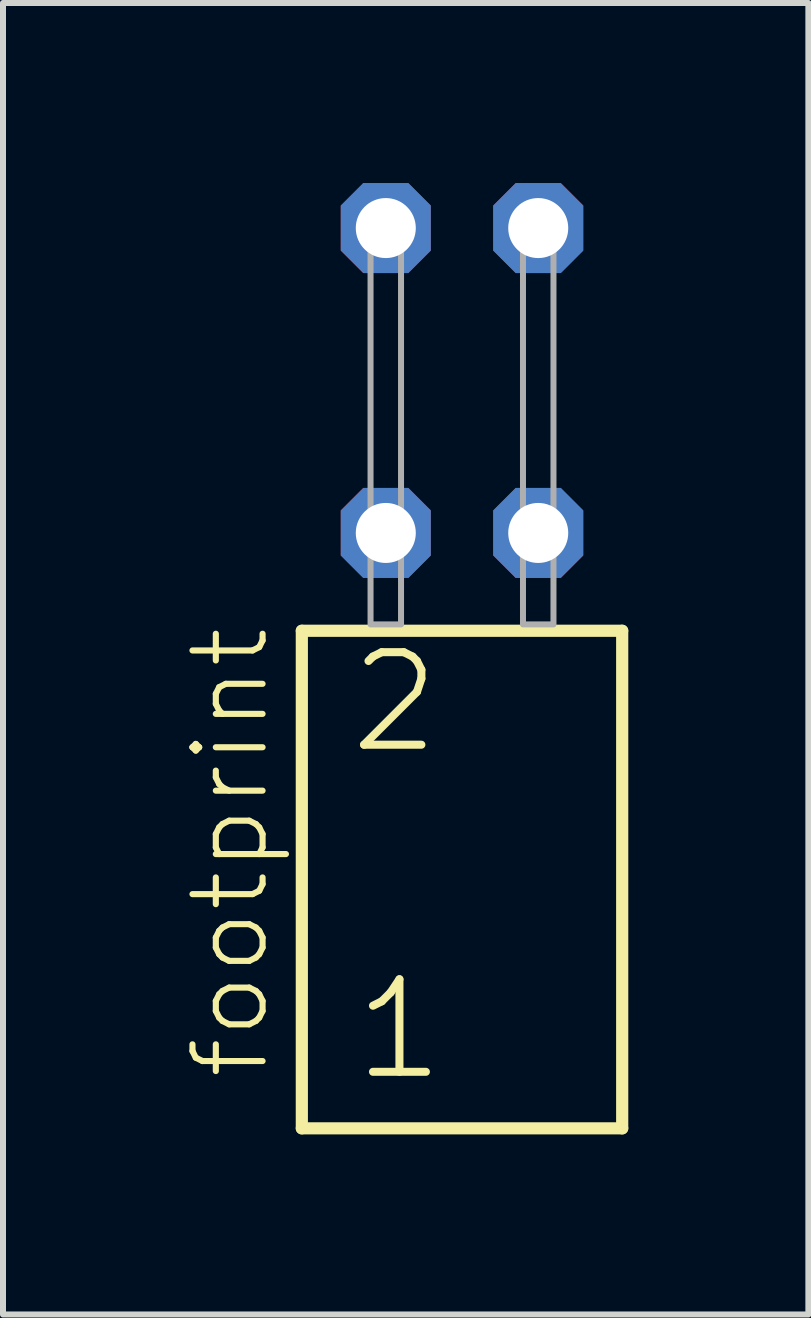
<source format=kicad_pcb>
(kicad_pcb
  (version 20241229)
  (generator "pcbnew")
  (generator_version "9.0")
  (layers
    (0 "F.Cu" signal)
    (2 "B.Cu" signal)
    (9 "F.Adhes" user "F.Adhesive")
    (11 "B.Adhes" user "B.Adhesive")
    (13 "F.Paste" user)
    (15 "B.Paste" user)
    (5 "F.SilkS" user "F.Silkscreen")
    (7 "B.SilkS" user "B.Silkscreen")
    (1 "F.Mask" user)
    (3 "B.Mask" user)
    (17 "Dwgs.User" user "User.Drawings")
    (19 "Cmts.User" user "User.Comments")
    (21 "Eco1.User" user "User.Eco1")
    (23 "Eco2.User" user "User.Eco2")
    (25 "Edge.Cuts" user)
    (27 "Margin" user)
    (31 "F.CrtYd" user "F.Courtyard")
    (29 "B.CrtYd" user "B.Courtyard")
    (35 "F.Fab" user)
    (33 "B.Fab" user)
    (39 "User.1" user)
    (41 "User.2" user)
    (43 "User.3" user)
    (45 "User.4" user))
  (footprint "footprint"
    (layer "F.Cu")
    (at 4.648 7.354)
    (property "Reference" "footprint" (at -3.175 7.62 90) (layer "F.SilkS") (effects (font (size 1.168 1.168) (thickness 0.102)) (justify left bottom)))
    (fp_line (start -2.669 0.106) (end -2.669 8.396) (stroke (width 0.203) (type solid)) (layer "F.SilkS"))
    (fp_line (start -2.669 8.396) (end 2.669 8.396) (stroke (width 0.203) (type solid)) (layer "F.SilkS"))
    (fp_line (start 2.669 0.106) (end -2.669 0.106) (stroke (width 0.203) (type solid)) (layer "F.SilkS"))
    (fp_line (start 2.669 8.396) (end 2.669 0.106) (stroke (width 0.203) (type solid)) (layer "F.SilkS"))
    (fp_poly (pts (xy -1.524 0) (xy -1.016 0) (xy -1.016 -6.858) (xy -1.524 -6.858)) (stroke (width 0.1) (type solid)) (fill no) (layer "F.Fab"))
    (fp_poly (pts (xy 1.016 0) (xy 1.524 0) (xy 1.524 -6.858) (xy 1.016 -6.858)) (stroke (width 0.1) (type solid)) (fill no) (layer "F.Fab"))
    (fp_text user "1" (at -1.865 7.65 0) (layer "F.SilkS") (effects (font (size 1.542 1.542) (thickness 0.134)) (justify left bottom)))
    (fp_text user "2" (at -1.94 2.2 0) (layer "F.SilkS") (effects (font (size 1.542 1.542) (thickness 0.134)) (justify left bottom)))
    (pad "1" thru_hole roundrect (at -1.27 -1.524) (size 1.5 1.5) (drill 1) (layers "*.Cu" "*.Mask") (roundrect_rratio 0.25) (chamfer_ratio 0.25) (chamfer top_left top_right bottom_left bottom_right))
    (pad "2" thru_hole roundrect (at -1.27 -6.604) (size 1.5 1.5) (drill 1) (layers "*.Cu" "*.Mask") (roundrect_rratio 0.25) (chamfer_ratio 0.25) (chamfer top_left top_right bottom_left bottom_right))
    (pad "3" thru_hole roundrect (at 1.27 -1.524) (size 1.5 1.5) (drill 1) (layers "*.Cu" "*.Mask") (roundrect_rratio 0.25) (chamfer_ratio 0.25) (chamfer top_left top_right bottom_left bottom_right))
    (pad "4" thru_hole roundrect (at 1.27 -6.604) (size 1.5 1.5) (drill 1) (layers "*.Cu" "*.Mask") (roundrect_rratio 0.25) (chamfer_ratio 0.25) (chamfer top_left top_right bottom_left bottom_right)))
  (gr_rect
    (start -3 -3)
    (end 10.419 18.852)
    (stroke (width 0.1) (type default))
    (fill no)
    (layer "Edge.Cuts")))
</source>
